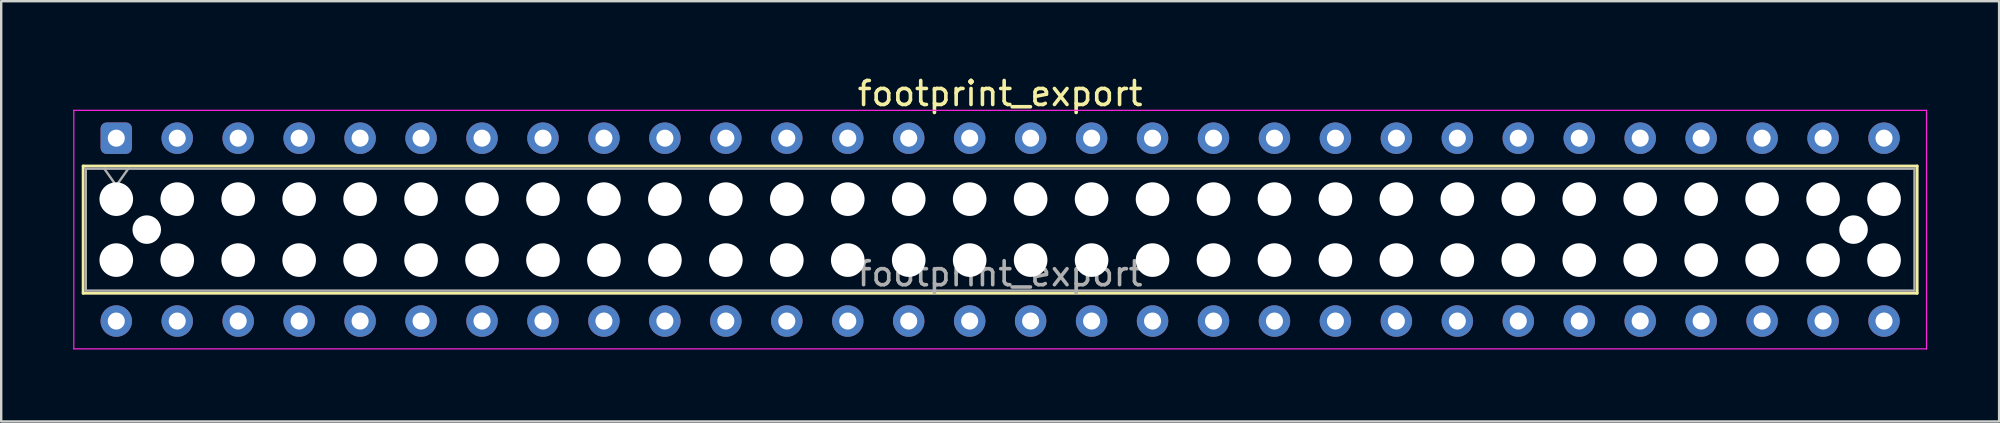
<source format=kicad_pcb>
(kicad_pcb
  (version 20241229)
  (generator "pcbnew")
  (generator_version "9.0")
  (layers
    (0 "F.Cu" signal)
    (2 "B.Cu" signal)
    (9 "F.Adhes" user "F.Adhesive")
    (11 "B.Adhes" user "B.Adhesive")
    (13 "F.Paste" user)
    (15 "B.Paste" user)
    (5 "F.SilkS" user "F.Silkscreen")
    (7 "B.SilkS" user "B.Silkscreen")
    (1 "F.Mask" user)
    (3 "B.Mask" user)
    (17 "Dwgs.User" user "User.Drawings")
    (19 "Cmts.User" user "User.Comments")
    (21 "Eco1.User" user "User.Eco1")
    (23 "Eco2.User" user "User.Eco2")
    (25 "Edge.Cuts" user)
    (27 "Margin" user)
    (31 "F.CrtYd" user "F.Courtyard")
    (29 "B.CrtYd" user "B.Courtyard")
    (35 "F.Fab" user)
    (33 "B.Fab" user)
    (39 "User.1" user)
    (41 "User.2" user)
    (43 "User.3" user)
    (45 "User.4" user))
  (footprint "footprint_export"
    (layer "F.Cu")
    (at 1.795 2.708)
    (property "Reference" "footprint_export" (at 36.83 -1.86 0) (layer "F.SilkS") (effects (font (size 1 1) (thickness 0.15))))
    (attr through_hole)
    (fp_line (start -1.38 1.16) (end 75.04 1.16) (stroke (width 0.12) (type solid)) (layer "F.SilkS"))
    (fp_line (start -1.38 6.46) (end -1.38 1.16) (stroke (width 0.12) (type solid)) (layer "F.SilkS"))
    (fp_line (start 75.04 1.16) (end 75.04 6.46) (stroke (width 0.12) (type solid)) (layer "F.SilkS"))
    (fp_line (start 75.04 6.46) (end -1.38 6.46) (stroke (width 0.12) (type solid)) (layer "F.SilkS"))
    (fp_line (start -1.77 -1.16) (end 75.43 -1.16) (stroke (width 0.05) (type solid)) (layer "F.CrtYd"))
    (fp_line (start -1.77 8.78) (end -1.77 -1.16) (stroke (width 0.05) (type solid)) (layer "F.CrtYd"))
    (fp_line (start 75.43 -1.16) (end 75.43 8.78) (stroke (width 0.05) (type solid)) (layer "F.CrtYd"))
    (fp_line (start 75.43 8.78) (end -1.77 8.78) (stroke (width 0.05) (type solid)) (layer "F.CrtYd"))
    (fp_line (start -1.27 1.27) (end 74.93 1.27) (stroke (width 0.1) (type solid)) (layer "F.Fab"))
    (fp_line (start -1.27 6.35) (end -1.27 1.27) (stroke (width 0.1) (type solid)) (layer "F.Fab"))
    (fp_line (start -0.5 1.27) (end 0 1.977) (stroke (width 0.1) (type solid)) (layer "F.Fab"))
    (fp_line (start 0 1.977) (end 0.5 1.27) (stroke (width 0.1) (type solid)) (layer "F.Fab"))
    (fp_line (start 74.93 1.27) (end 74.93 6.35) (stroke (width 0.1) (type solid)) (layer "F.Fab"))
    (fp_line (start 74.93 6.35) (end -1.27 6.35) (stroke (width 0.1) (type solid)) (layer "F.Fab"))
    (fp_text user "${REFERENCE}" (at 36.83 5.65 0) (layer "F.Fab") (effects (font (size 1 1) (thickness 0.15))))
    (pad "" np_thru_hole circle (at 0 2.54) (size 1.4 1.4) (drill 1.4) (layers "*.Cu" "*.Mask"))
    (pad "" np_thru_hole circle (at 0 5.08) (size 1.4 1.4) (drill 1.4) (layers "*.Cu" "*.Mask"))
    (pad "" np_thru_hole circle (at 1.27 3.81) (size 1.19 1.19) (drill 1.19) (layers "*.Cu" "*.Mask"))
    (pad "" np_thru_hole circle (at 2.54 2.54) (size 1.4 1.4) (drill 1.4) (layers "*.Cu" "*.Mask"))
    (pad "" np_thru_hole circle (at 2.54 5.08) (size 1.4 1.4) (drill 1.4) (layers "*.Cu" "*.Mask"))
    (pad "" np_thru_hole circle (at 5.08 2.54) (size 1.4 1.4) (drill 1.4) (layers "*.Cu" "*.Mask"))
    (pad "" np_thru_hole circle (at 5.08 5.08) (size 1.4 1.4) (drill 1.4) (layers "*.Cu" "*.Mask"))
    (pad "" np_thru_hole circle (at 7.62 2.54) (size 1.4 1.4) (drill 1.4) (layers "*.Cu" "*.Mask"))
    (pad "" np_thru_hole circle (at 7.62 5.08) (size 1.4 1.4) (drill 1.4) (layers "*.Cu" "*.Mask"))
    (pad "" np_thru_hole circle (at 10.16 2.54) (size 1.4 1.4) (drill 1.4) (layers "*.Cu" "*.Mask"))
    (pad "" np_thru_hole circle (at 10.16 5.08) (size 1.4 1.4) (drill 1.4) (layers "*.Cu" "*.Mask"))
    (pad "" np_thru_hole circle (at 12.7 2.54) (size 1.4 1.4) (drill 1.4) (layers "*.Cu" "*.Mask"))
    (pad "" np_thru_hole circle (at 12.7 5.08) (size 1.4 1.4) (drill 1.4) (layers "*.Cu" "*.Mask"))
    (pad "" np_thru_hole circle (at 15.24 2.54) (size 1.4 1.4) (drill 1.4) (layers "*.Cu" "*.Mask"))
    (pad "" np_thru_hole circle (at 15.24 5.08) (size 1.4 1.4) (drill 1.4) (layers "*.Cu" "*.Mask"))
    (pad "" np_thru_hole circle (at 17.78 2.54) (size 1.4 1.4) (drill 1.4) (layers "*.Cu" "*.Mask"))
    (pad "" np_thru_hole circle (at 17.78 5.08) (size 1.4 1.4) (drill 1.4) (layers "*.Cu" "*.Mask"))
    (pad "" np_thru_hole circle (at 20.32 2.54) (size 1.4 1.4) (drill 1.4) (layers "*.Cu" "*.Mask"))
    (pad "" np_thru_hole circle (at 20.32 5.08) (size 1.4 1.4) (drill 1.4) (layers "*.Cu" "*.Mask"))
    (pad "" np_thru_hole circle (at 22.86 2.54) (size 1.4 1.4) (drill 1.4) (layers "*.Cu" "*.Mask"))
    (pad "" np_thru_hole circle (at 22.86 5.08) (size 1.4 1.4) (drill 1.4) (layers "*.Cu" "*.Mask"))
    (pad "" np_thru_hole circle (at 25.4 2.54) (size 1.4 1.4) (drill 1.4) (layers "*.Cu" "*.Mask"))
    (pad "" np_thru_hole circle (at 25.4 5.08) (size 1.4 1.4) (drill 1.4) (layers "*.Cu" "*.Mask"))
    (pad "" np_thru_hole circle (at 27.94 2.54) (size 1.4 1.4) (drill 1.4) (layers "*.Cu" "*.Mask"))
    (pad "" np_thru_hole circle (at 27.94 5.08) (size 1.4 1.4) (drill 1.4) (layers "*.Cu" "*.Mask"))
    (pad "" np_thru_hole circle (at 30.48 2.54) (size 1.4 1.4) (drill 1.4) (layers "*.Cu" "*.Mask"))
    (pad "" np_thru_hole circle (at 30.48 5.08) (size 1.4 1.4) (drill 1.4) (layers "*.Cu" "*.Mask"))
    (pad "" np_thru_hole circle (at 33.02 2.54) (size 1.4 1.4) (drill 1.4) (layers "*.Cu" "*.Mask"))
    (pad "" np_thru_hole circle (at 33.02 5.08) (size 1.4 1.4) (drill 1.4) (layers "*.Cu" "*.Mask"))
    (pad "" np_thru_hole circle (at 35.56 2.54) (size 1.4 1.4) (drill 1.4) (layers "*.Cu" "*.Mask"))
    (pad "" np_thru_hole circle (at 35.56 5.08) (size 1.4 1.4) (drill 1.4) (layers "*.Cu" "*.Mask"))
    (pad "" np_thru_hole circle (at 38.1 2.54) (size 1.4 1.4) (drill 1.4) (layers "*.Cu" "*.Mask"))
    (pad "" np_thru_hole circle (at 38.1 5.08) (size 1.4 1.4) (drill 1.4) (layers "*.Cu" "*.Mask"))
    (pad "" np_thru_hole circle (at 40.64 2.54) (size 1.4 1.4) (drill 1.4) (layers "*.Cu" "*.Mask"))
    (pad "" np_thru_hole circle (at 40.64 5.08) (size 1.4 1.4) (drill 1.4) (layers "*.Cu" "*.Mask"))
    (pad "" np_thru_hole circle (at 43.18 2.54) (size 1.4 1.4) (drill 1.4) (layers "*.Cu" "*.Mask"))
    (pad "" np_thru_hole circle (at 43.18 5.08) (size 1.4 1.4) (drill 1.4) (layers "*.Cu" "*.Mask"))
    (pad "" np_thru_hole circle (at 45.72 2.54) (size 1.4 1.4) (drill 1.4) (layers "*.Cu" "*.Mask"))
    (pad "" np_thru_hole circle (at 45.72 5.08) (size 1.4 1.4) (drill 1.4) (layers "*.Cu" "*.Mask"))
    (pad "" np_thru_hole circle (at 48.26 2.54) (size 1.4 1.4) (drill 1.4) (layers "*.Cu" "*.Mask"))
    (pad "" np_thru_hole circle (at 48.26 5.08) (size 1.4 1.4) (drill 1.4) (layers "*.Cu" "*.Mask"))
    (pad "" np_thru_hole circle (at 50.8 2.54) (size 1.4 1.4) (drill 1.4) (layers "*.Cu" "*.Mask"))
    (pad "" np_thru_hole circle (at 50.8 5.08) (size 1.4 1.4) (drill 1.4) (layers "*.Cu" "*.Mask"))
    (pad "" np_thru_hole circle (at 53.34 2.54) (size 1.4 1.4) (drill 1.4) (layers "*.Cu" "*.Mask"))
    (pad "" np_thru_hole circle (at 53.34 5.08) (size 1.4 1.4) (drill 1.4) (layers "*.Cu" "*.Mask"))
    (pad "" np_thru_hole circle (at 55.88 2.54) (size 1.4 1.4) (drill 1.4) (layers "*.Cu" "*.Mask"))
    (pad "" np_thru_hole circle (at 55.88 5.08) (size 1.4 1.4) (drill 1.4) (layers "*.Cu" "*.Mask"))
    (pad "" np_thru_hole circle (at 58.42 2.54) (size 1.4 1.4) (drill 1.4) (layers "*.Cu" "*.Mask"))
    (pad "" np_thru_hole circle (at 58.42 5.08) (size 1.4 1.4) (drill 1.4) (layers "*.Cu" "*.Mask"))
    (pad "" np_thru_hole circle (at 60.96 2.54) (size 1.4 1.4) (drill 1.4) (layers "*.Cu" "*.Mask"))
    (pad "" np_thru_hole circle (at 60.96 5.08) (size 1.4 1.4) (drill 1.4) (layers "*.Cu" "*.Mask"))
    (pad "" np_thru_hole circle (at 63.5 2.54) (size 1.4 1.4) (drill 1.4) (layers "*.Cu" "*.Mask"))
    (pad "" np_thru_hole circle (at 63.5 5.08) (size 1.4 1.4) (drill 1.4) (layers "*.Cu" "*.Mask"))
    (pad "" np_thru_hole circle (at 66.04 2.54) (size 1.4 1.4) (drill 1.4) (layers "*.Cu" "*.Mask"))
    (pad "" np_thru_hole circle (at 66.04 5.08) (size 1.4 1.4) (drill 1.4) (layers "*.Cu" "*.Mask"))
    (pad "" np_thru_hole circle (at 68.58 2.54) (size 1.4 1.4) (drill 1.4) (layers "*.Cu" "*.Mask"))
    (pad "" np_thru_hole circle (at 68.58 5.08) (size 1.4 1.4) (drill 1.4) (layers "*.Cu" "*.Mask"))
    (pad "" np_thru_hole circle (at 71.12 2.54) (size 1.4 1.4) (drill 1.4) (layers "*.Cu" "*.Mask"))
    (pad "" np_thru_hole circle (at 71.12 5.08) (size 1.4 1.4) (drill 1.4) (layers "*.Cu" "*.Mask"))
    (pad "" np_thru_hole circle (at 72.39 3.81) (size 1.19 1.19) (drill 1.19) (layers "*.Cu" "*.Mask"))
    (pad "" np_thru_hole circle (at 73.66 2.54) (size 1.4 1.4) (drill 1.4) (layers "*.Cu" "*.Mask"))
    (pad "" np_thru_hole circle (at 73.66 5.08) (size 1.4 1.4) (drill 1.4) (layers "*.Cu" "*.Mask"))
    (pad "1" thru_hole roundrect (at 0 0) (size 1.31 1.31) (drill 0.71) (layers "*.Cu" "*.Mask") (roundrect_rratio 0.191))
    (pad "2" thru_hole circle (at 0 7.62) (size 1.31 1.31) (drill 0.71) (layers "*.Cu" "*.Mask"))
    (pad "3" thru_hole circle (at 2.54 0) (size 1.31 1.31) (drill 0.71) (layers "*.Cu" "*.Mask"))
    (pad "4" thru_hole circle (at 2.54 7.62) (size 1.31 1.31) (drill 0.71) (layers "*.Cu" "*.Mask"))
    (pad "5" thru_hole circle (at 5.08 0) (size 1.31 1.31) (drill 0.71) (layers "*.Cu" "*.Mask"))
    (pad "6" thru_hole circle (at 5.08 7.62) (size 1.31 1.31) (drill 0.71) (layers "*.Cu" "*.Mask"))
    (pad "7" thru_hole circle (at 7.62 0) (size 1.31 1.31) (drill 0.71) (layers "*.Cu" "*.Mask"))
    (pad "8" thru_hole circle (at 7.62 7.62) (size 1.31 1.31) (drill 0.71) (layers "*.Cu" "*.Mask"))
    (pad "9" thru_hole circle (at 10.16 0) (size 1.31 1.31) (drill 0.71) (layers "*.Cu" "*.Mask"))
    (pad "10" thru_hole circle (at 10.16 7.62) (size 1.31 1.31) (drill 0.71) (layers "*.Cu" "*.Mask"))
    (pad "11" thru_hole circle (at 12.7 0) (size 1.31 1.31) (drill 0.71) (layers "*.Cu" "*.Mask"))
    (pad "12" thru_hole circle (at 12.7 7.62) (size 1.31 1.31) (drill 0.71) (layers "*.Cu" "*.Mask"))
    (pad "13" thru_hole circle (at 15.24 0) (size 1.31 1.31) (drill 0.71) (layers "*.Cu" "*.Mask"))
    (pad "14" thru_hole circle (at 15.24 7.62) (size 1.31 1.31) (drill 0.71) (layers "*.Cu" "*.Mask"))
    (pad "15" thru_hole circle (at 17.78 0) (size 1.31 1.31) (drill 0.71) (layers "*.Cu" "*.Mask"))
    (pad "16" thru_hole circle (at 17.78 7.62) (size 1.31 1.31) (drill 0.71) (layers "*.Cu" "*.Mask"))
    (pad "17" thru_hole circle (at 20.32 0) (size 1.31 1.31) (drill 0.71) (layers "*.Cu" "*.Mask"))
    (pad "18" thru_hole circle (at 20.32 7.62) (size 1.31 1.31) (drill 0.71) (layers "*.Cu" "*.Mask"))
    (pad "19" thru_hole circle (at 22.86 0) (size 1.31 1.31) (drill 0.71) (layers "*.Cu" "*.Mask"))
    (pad "20" thru_hole circle (at 22.86 7.62) (size 1.31 1.31) (drill 0.71) (layers "*.Cu" "*.Mask"))
    (pad "21" thru_hole circle (at 25.4 0) (size 1.31 1.31) (drill 0.71) (layers "*.Cu" "*.Mask"))
    (pad "22" thru_hole circle (at 25.4 7.62) (size 1.31 1.31) (drill 0.71) (layers "*.Cu" "*.Mask"))
    (pad "23" thru_hole circle (at 27.94 0) (size 1.31 1.31) (drill 0.71) (layers "*.Cu" "*.Mask"))
    (pad "24" thru_hole circle (at 27.94 7.62) (size 1.31 1.31) (drill 0.71) (layers "*.Cu" "*.Mask"))
    (pad "25" thru_hole circle (at 30.48 0) (size 1.31 1.31) (drill 0.71) (layers "*.Cu" "*.Mask"))
    (pad "26" thru_hole circle (at 30.48 7.62) (size 1.31 1.31) (drill 0.71) (layers "*.Cu" "*.Mask"))
    (pad "27" thru_hole circle (at 33.02 0) (size 1.31 1.31) (drill 0.71) (layers "*.Cu" "*.Mask"))
    (pad "28" thru_hole circle (at 33.02 7.62) (size 1.31 1.31) (drill 0.71) (layers "*.Cu" "*.Mask"))
    (pad "29" thru_hole circle (at 35.56 0) (size 1.31 1.31) (drill 0.71) (layers "*.Cu" "*.Mask"))
    (pad "30" thru_hole circle (at 35.56 7.62) (size 1.31 1.31) (drill 0.71) (layers "*.Cu" "*.Mask"))
    (pad "31" thru_hole circle (at 38.1 0) (size 1.31 1.31) (drill 0.71) (layers "*.Cu" "*.Mask"))
    (pad "32" thru_hole circle (at 38.1 7.62) (size 1.31 1.31) (drill 0.71) (layers "*.Cu" "*.Mask"))
    (pad "33" thru_hole circle (at 40.64 0) (size 1.31 1.31) (drill 0.71) (layers "*.Cu" "*.Mask"))
    (pad "34" thru_hole circle (at 40.64 7.62) (size 1.31 1.31) (drill 0.71) (layers "*.Cu" "*.Mask"))
    (pad "35" thru_hole circle (at 43.18 0) (size 1.31 1.31) (drill 0.71) (layers "*.Cu" "*.Mask"))
    (pad "36" thru_hole circle (at 43.18 7.62) (size 1.31 1.31) (drill 0.71) (layers "*.Cu" "*.Mask"))
    (pad "37" thru_hole circle (at 45.72 0) (size 1.31 1.31) (drill 0.71) (layers "*.Cu" "*.Mask"))
    (pad "38" thru_hole circle (at 45.72 7.62) (size 1.31 1.31) (drill 0.71) (layers "*.Cu" "*.Mask"))
    (pad "39" thru_hole circle (at 48.26 0) (size 1.31 1.31) (drill 0.71) (layers "*.Cu" "*.Mask"))
    (pad "40" thru_hole circle (at 48.26 7.62) (size 1.31 1.31) (drill 0.71) (layers "*.Cu" "*.Mask"))
    (pad "41" thru_hole circle (at 50.8 0) (size 1.31 1.31) (drill 0.71) (layers "*.Cu" "*.Mask"))
    (pad "42" thru_hole circle (at 50.8 7.62) (size 1.31 1.31) (drill 0.71) (layers "*.Cu" "*.Mask"))
    (pad "43" thru_hole circle (at 53.34 0) (size 1.31 1.31) (drill 0.71) (layers "*.Cu" "*.Mask"))
    (pad "44" thru_hole circle (at 53.34 7.62) (size 1.31 1.31) (drill 0.71) (layers "*.Cu" "*.Mask"))
    (pad "45" thru_hole circle (at 55.88 0) (size 1.31 1.31) (drill 0.71) (layers "*.Cu" "*.Mask"))
    (pad "46" thru_hole circle (at 55.88 7.62) (size 1.31 1.31) (drill 0.71) (layers "*.Cu" "*.Mask"))
    (pad "47" thru_hole circle (at 58.42 0) (size 1.31 1.31) (drill 0.71) (layers "*.Cu" "*.Mask"))
    (pad "48" thru_hole circle (at 58.42 7.62) (size 1.31 1.31) (drill 0.71) (layers "*.Cu" "*.Mask"))
    (pad "49" thru_hole circle (at 60.96 0) (size 1.31 1.31) (drill 0.71) (layers "*.Cu" "*.Mask"))
    (pad "50" thru_hole circle (at 60.96 7.62) (size 1.31 1.31) (drill 0.71) (layers "*.Cu" "*.Mask"))
    (pad "51" thru_hole circle (at 63.5 0) (size 1.31 1.31) (drill 0.71) (layers "*.Cu" "*.Mask"))
    (pad "52" thru_hole circle (at 63.5 7.62) (size 1.31 1.31) (drill 0.71) (layers "*.Cu" "*.Mask"))
    (pad "53" thru_hole circle (at 66.04 0) (size 1.31 1.31) (drill 0.71) (layers "*.Cu" "*.Mask"))
    (pad "54" thru_hole circle (at 66.04 7.62) (size 1.31 1.31) (drill 0.71) (layers "*.Cu" "*.Mask"))
    (pad "55" thru_hole circle (at 68.58 0) (size 1.31 1.31) (drill 0.71) (layers "*.Cu" "*.Mask"))
    (pad "56" thru_hole circle (at 68.58 7.62) (size 1.31 1.31) (drill 0.71) (layers "*.Cu" "*.Mask"))
    (pad "57" thru_hole circle (at 71.12 0) (size 1.31 1.31) (drill 0.71) (layers "*.Cu" "*.Mask"))
    (pad "58" thru_hole circle (at 71.12 7.62) (size 1.31 1.31) (drill 0.71) (layers "*.Cu" "*.Mask"))
    (pad "59" thru_hole circle (at 73.66 0) (size 1.31 1.31) (drill 0.71) (layers "*.Cu" "*.Mask"))
    (pad "60" thru_hole circle (at 73.66 7.62) (size 1.31 1.31) (drill 0.71) (layers "*.Cu" "*.Mask")))
  (gr_rect
    (start -3 -3)
    (end 80.25 14.513)
    (stroke (width 0.1) (type default))
    (fill no)
    (layer "Edge.Cuts")))
</source>
